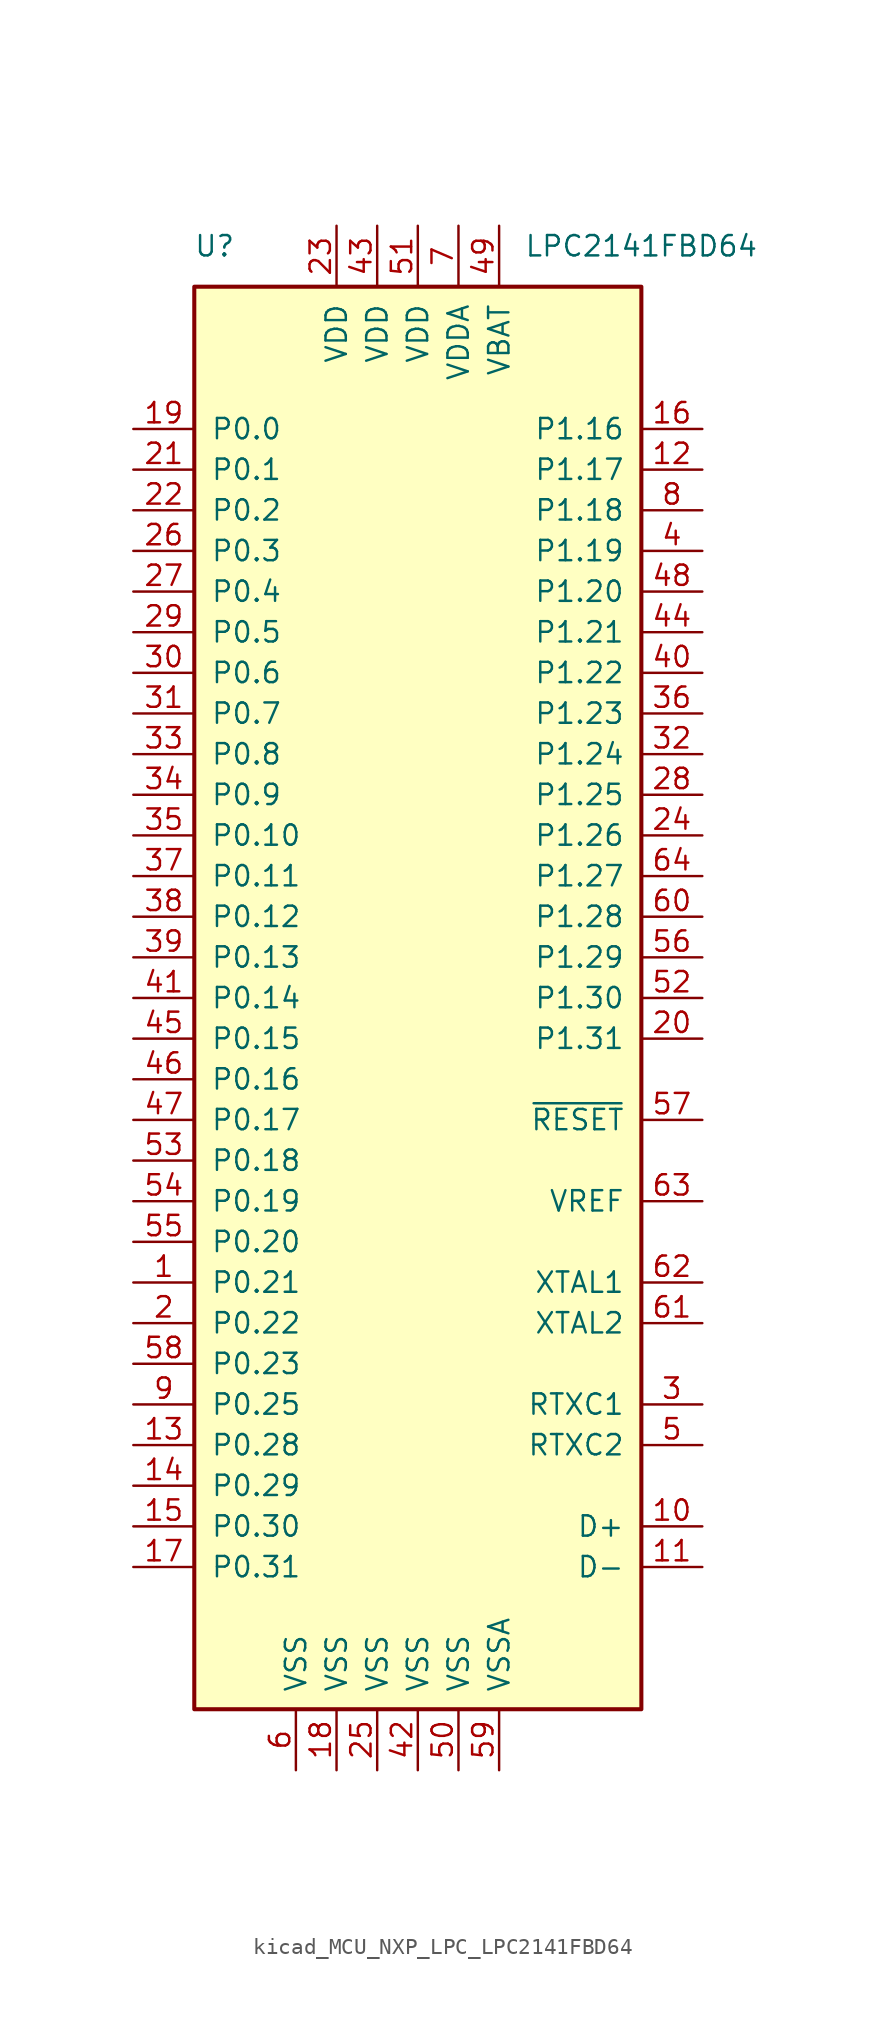
<source format=kicad_sym>
(kicad_symbol_lib
  (version 20220914)
  (generator kicad_symbol_editor)
  (symbol "kicad_MCU_NXP_LPC_LPC2141FBD64"
    (pin_names
      (offset 1.016))
    (property "Reference" "U"
      (at -12.7 46.99 0)
      (effects (font (size 1.27 1.27))))
    (property "Value" "LPC2141FBD64"
      (at 13.97 46.99 0)
      (effects (font (size 1.27 1.27))))
    (symbol "kicad_MCU_NXP_LPC_LPC2141FBD64_0_1"
      (rectangle (start 13.97 44.45) (end -13.97 -44.45) (stroke (width 0.254) (type default)) (fill (type background))))
    (symbol "kicad_MCU_NXP_LPC_LPC2141FBD64_1_1"
      (pin bidirectional line (at -17.78 -17.78 0) (length 3.81) (name "P0.21" (effects (font (size 1.27 1.27)))) (number "1" (effects (font (size 1.27 1.27)))))
      (pin bidirectional line (at 17.78 -33.02 180) (length 3.81) (name "D+" (effects (font (size 1.27 1.27)))) (number "10" (effects (font (size 1.27 1.27)))))
      (pin bidirectional line (at 17.78 -35.56 180) (length 3.81) (name "D-" (effects (font (size 1.27 1.27)))) (number "11" (effects (font (size 1.27 1.27)))))
      (pin bidirectional line (at 17.78 33.02 180) (length 3.81) (name "P1.17" (effects (font (size 1.27 1.27)))) (number "12" (effects (font (size 1.27 1.27)))))
      (pin bidirectional line (at -17.78 -27.94 0) (length 3.81) (name "P0.28" (effects (font (size 1.27 1.27)))) (number "13" (effects (font (size 1.27 1.27)))))
      (pin bidirectional line (at -17.78 -30.48 0) (length 3.81) (name "P0.29" (effects (font (size 1.27 1.27)))) (number "14" (effects (font (size 1.27 1.27)))))
      (pin bidirectional line (at -17.78 -33.02 0) (length 3.81) (name "P0.30" (effects (font (size 1.27 1.27)))) (number "15" (effects (font (size 1.27 1.27)))))
      (pin bidirectional line (at 17.78 35.56 180) (length 3.81) (name "P1.16" (effects (font (size 1.27 1.27)))) (number "16" (effects (font (size 1.27 1.27)))))
      (pin output line (at -17.78 -35.56 0) (length 3.81) (name "P0.31" (effects (font (size 1.27 1.27)))) (number "17" (effects (font (size 1.27 1.27)))))
      (pin power_in line (at -5.08 -48.26 90) (length 3.81) (name "VSS" (effects (font (size 1.27 1.27)))) (number "18" (effects (font (size 1.27 1.27)))))
      (pin bidirectional line (at -17.78 35.56 0) (length 3.81) (name "P0.0" (effects (font (size 1.27 1.27)))) (number "19" (effects (font (size 1.27 1.27)))))
      (pin bidirectional line (at -17.78 -20.32 0) (length 3.81) (name "P0.22" (effects (font (size 1.27 1.27)))) (number "2" (effects (font (size 1.27 1.27)))))
      (pin bidirectional line (at 17.78 -2.54 180) (length 3.81) (name "P1.31" (effects (font (size 1.27 1.27)))) (number "20" (effects (font (size 1.27 1.27)))))
      (pin bidirectional line (at -17.78 33.02 0) (length 3.81) (name "P0.1" (effects (font (size 1.27 1.27)))) (number "21" (effects (font (size 1.27 1.27)))))
      (pin bidirectional line (at -17.78 30.48 0) (length 3.81) (name "P0.2" (effects (font (size 1.27 1.27)))) (number "22" (effects (font (size 1.27 1.27)))))
      (pin power_in line (at -5.08 48.26 270) (length 3.81) (name "VDD" (effects (font (size 1.27 1.27)))) (number "23" (effects (font (size 1.27 1.27)))))
      (pin bidirectional line (at 17.78 10.16 180) (length 3.81) (name "P1.26" (effects (font (size 1.27 1.27)))) (number "24" (effects (font (size 1.27 1.27)))))
      (pin power_in line (at -2.54 -48.26 90) (length 3.81) (name "VSS" (effects (font (size 1.27 1.27)))) (number "25" (effects (font (size 1.27 1.27)))))
      (pin bidirectional line (at -17.78 27.94 0) (length 3.81) (name "P0.3" (effects (font (size 1.27 1.27)))) (number "26" (effects (font (size 1.27 1.27)))))
      (pin bidirectional line (at -17.78 25.4 0) (length 3.81) (name "P0.4" (effects (font (size 1.27 1.27)))) (number "27" (effects (font (size 1.27 1.27)))))
      (pin bidirectional line (at 17.78 12.7 180) (length 3.81) (name "P1.25" (effects (font (size 1.27 1.27)))) (number "28" (effects (font (size 1.27 1.27)))))
      (pin bidirectional line (at -17.78 22.86 0) (length 3.81) (name "P0.5" (effects (font (size 1.27 1.27)))) (number "29" (effects (font (size 1.27 1.27)))))
      (pin input line (at 17.78 -25.4 180) (length 3.81) (name "RTXC1" (effects (font (size 1.27 1.27)))) (number "3" (effects (font (size 1.27 1.27)))))
      (pin bidirectional line (at -17.78 20.32 0) (length 3.81) (name "P0.6" (effects (font (size 1.27 1.27)))) (number "30" (effects (font (size 1.27 1.27)))))
      (pin bidirectional line (at -17.78 17.78 0) (length 3.81) (name "P0.7" (effects (font (size 1.27 1.27)))) (number "31" (effects (font (size 1.27 1.27)))))
      (pin bidirectional line (at 17.78 15.24 180) (length 3.81) (name "P1.24" (effects (font (size 1.27 1.27)))) (number "32" (effects (font (size 1.27 1.27)))))
      (pin bidirectional line (at -17.78 15.24 0) (length 3.81) (name "P0.8" (effects (font (size 1.27 1.27)))) (number "33" (effects (font (size 1.27 1.27)))))
      (pin bidirectional line (at -17.78 12.7 0) (length 3.81) (name "P0.9" (effects (font (size 1.27 1.27)))) (number "34" (effects (font (size 1.27 1.27)))))
      (pin bidirectional line (at -17.78 10.16 0) (length 3.81) (name "P0.10" (effects (font (size 1.27 1.27)))) (number "35" (effects (font (size 1.27 1.27)))))
      (pin bidirectional line (at 17.78 17.78 180) (length 3.81) (name "P1.23" (effects (font (size 1.27 1.27)))) (number "36" (effects (font (size 1.27 1.27)))))
      (pin bidirectional line (at -17.78 7.62 0) (length 3.81) (name "P0.11" (effects (font (size 1.27 1.27)))) (number "37" (effects (font (size 1.27 1.27)))))
      (pin bidirectional line (at -17.78 5.08 0) (length 3.81) (name "P0.12" (effects (font (size 1.27 1.27)))) (number "38" (effects (font (size 1.27 1.27)))))
      (pin bidirectional line (at -17.78 2.54 0) (length 3.81) (name "P0.13" (effects (font (size 1.27 1.27)))) (number "39" (effects (font (size 1.27 1.27)))))
      (pin bidirectional line (at 17.78 27.94 180) (length 3.81) (name "P1.19" (effects (font (size 1.27 1.27)))) (number "4" (effects (font (size 1.27 1.27)))))
      (pin bidirectional line (at 17.78 20.32 180) (length 3.81) (name "P1.22" (effects (font (size 1.27 1.27)))) (number "40" (effects (font (size 1.27 1.27)))))
      (pin bidirectional line (at -17.78 0 0) (length 3.81) (name "P0.14" (effects (font (size 1.27 1.27)))) (number "41" (effects (font (size 1.27 1.27)))))
      (pin power_in line (at 0 -48.26 90) (length 3.81) (name "VSS" (effects (font (size 1.27 1.27)))) (number "42" (effects (font (size 1.27 1.27)))))
      (pin power_in line (at -2.54 48.26 270) (length 3.81) (name "VDD" (effects (font (size 1.27 1.27)))) (number "43" (effects (font (size 1.27 1.27)))))
      (pin bidirectional line (at 17.78 22.86 180) (length 3.81) (name "P1.21" (effects (font (size 1.27 1.27)))) (number "44" (effects (font (size 1.27 1.27)))))
      (pin bidirectional line (at -17.78 -2.54 0) (length 3.81) (name "P0.15" (effects (font (size 1.27 1.27)))) (number "45" (effects (font (size 1.27 1.27)))))
      (pin bidirectional line (at -17.78 -5.08 0) (length 3.81) (name "P0.16" (effects (font (size 1.27 1.27)))) (number "46" (effects (font (size 1.27 1.27)))))
      (pin bidirectional line (at -17.78 -7.62 0) (length 3.81) (name "P0.17" (effects (font (size 1.27 1.27)))) (number "47" (effects (font (size 1.27 1.27)))))
      (pin bidirectional line (at 17.78 25.4 180) (length 3.81) (name "P1.20" (effects (font (size 1.27 1.27)))) (number "48" (effects (font (size 1.27 1.27)))))
      (pin power_in line (at 5.08 48.26 270) (length 3.81) (name "VBAT" (effects (font (size 1.27 1.27)))) (number "49" (effects (font (size 1.27 1.27)))))
      (pin output line (at 17.78 -27.94 180) (length 3.81) (name "RTXC2" (effects (font (size 1.27 1.27)))) (number "5" (effects (font (size 1.27 1.27)))))
      (pin power_in line (at 2.54 -48.26 90) (length 3.81) (name "VSS" (effects (font (size 1.27 1.27)))) (number "50" (effects (font (size 1.27 1.27)))))
      (pin power_in line (at 0 48.26 270) (length 3.81) (name "VDD" (effects (font (size 1.27 1.27)))) (number "51" (effects (font (size 1.27 1.27)))))
      (pin bidirectional line (at 17.78 0 180) (length 3.81) (name "P1.30" (effects (font (size 1.27 1.27)))) (number "52" (effects (font (size 1.27 1.27)))))
      (pin bidirectional line (at -17.78 -10.16 0) (length 3.81) (name "P0.18" (effects (font (size 1.27 1.27)))) (number "53" (effects (font (size 1.27 1.27)))))
      (pin bidirectional line (at -17.78 -12.7 0) (length 3.81) (name "P0.19" (effects (font (size 1.27 1.27)))) (number "54" (effects (font (size 1.27 1.27)))))
      (pin bidirectional line (at -17.78 -15.24 0) (length 3.81) (name "P0.20" (effects (font (size 1.27 1.27)))) (number "55" (effects (font (size 1.27 1.27)))))
      (pin bidirectional line (at 17.78 2.54 180) (length 3.81) (name "P1.29" (effects (font (size 1.27 1.27)))) (number "56" (effects (font (size 1.27 1.27)))))
      (pin input line (at 17.78 -7.62 180) (length 3.81) (name "~{RESET}" (effects (font (size 1.27 1.27)))) (number "57" (effects (font (size 1.27 1.27)))))
      (pin bidirectional line (at -17.78 -22.86 0) (length 3.81) (name "P0.23" (effects (font (size 1.27 1.27)))) (number "58" (effects (font (size 1.27 1.27)))))
      (pin power_in line (at 5.08 -48.26 90) (length 3.81) (name "VSSA" (effects (font (size 1.27 1.27)))) (number "59" (effects (font (size 1.27 1.27)))))
      (pin power_in line (at -7.62 -48.26 90) (length 3.81) (name "VSS" (effects (font (size 1.27 1.27)))) (number "6" (effects (font (size 1.27 1.27)))))
      (pin bidirectional line (at 17.78 5.08 180) (length 3.81) (name "P1.28" (effects (font (size 1.27 1.27)))) (number "60" (effects (font (size 1.27 1.27)))))
      (pin output line (at 17.78 -20.32 180) (length 3.81) (name "XTAL2" (effects (font (size 1.27 1.27)))) (number "61" (effects (font (size 1.27 1.27)))))
      (pin input line (at 17.78 -17.78 180) (length 3.81) (name "XTAL1" (effects (font (size 1.27 1.27)))) (number "62" (effects (font (size 1.27 1.27)))))
      (pin input line (at 17.78 -12.7 180) (length 3.81) (name "VREF" (effects (font (size 1.27 1.27)))) (number "63" (effects (font (size 1.27 1.27)))))
      (pin bidirectional line (at 17.78 7.62 180) (length 3.81) (name "P1.27" (effects (font (size 1.27 1.27)))) (number "64" (effects (font (size 1.27 1.27)))))
      (pin power_in line (at 2.54 48.26 270) (length 3.81) (name "VDDA" (effects (font (size 1.27 1.27)))) (number "7" (effects (font (size 1.27 1.27)))))
      (pin bidirectional line (at 17.78 30.48 180) (length 3.81) (name "P1.18" (effects (font (size 1.27 1.27)))) (number "8" (effects (font (size 1.27 1.27)))))
      (pin bidirectional line (at -17.78 -25.4 0) (length 3.81) (name "P0.25" (effects (font (size 1.27 1.27)))) (number "9" (effects (font (size 1.27 1.27))))))))
</source>
